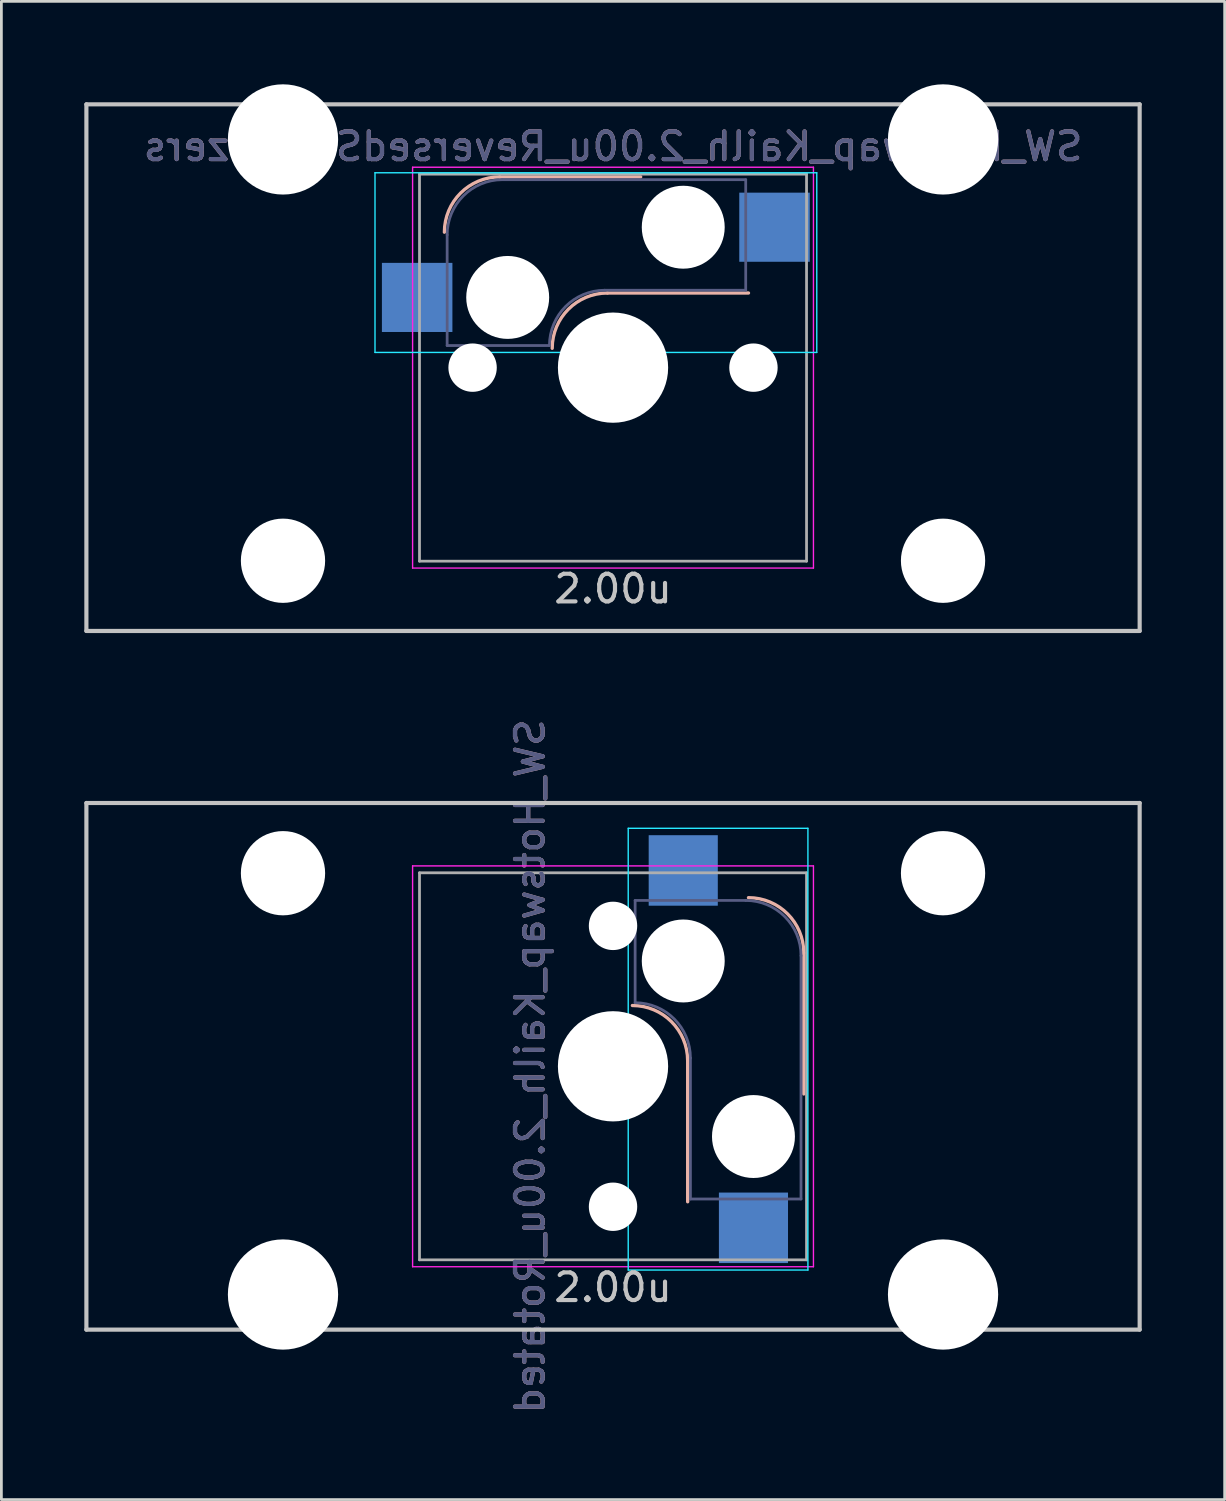
<source format=kicad_pcb>
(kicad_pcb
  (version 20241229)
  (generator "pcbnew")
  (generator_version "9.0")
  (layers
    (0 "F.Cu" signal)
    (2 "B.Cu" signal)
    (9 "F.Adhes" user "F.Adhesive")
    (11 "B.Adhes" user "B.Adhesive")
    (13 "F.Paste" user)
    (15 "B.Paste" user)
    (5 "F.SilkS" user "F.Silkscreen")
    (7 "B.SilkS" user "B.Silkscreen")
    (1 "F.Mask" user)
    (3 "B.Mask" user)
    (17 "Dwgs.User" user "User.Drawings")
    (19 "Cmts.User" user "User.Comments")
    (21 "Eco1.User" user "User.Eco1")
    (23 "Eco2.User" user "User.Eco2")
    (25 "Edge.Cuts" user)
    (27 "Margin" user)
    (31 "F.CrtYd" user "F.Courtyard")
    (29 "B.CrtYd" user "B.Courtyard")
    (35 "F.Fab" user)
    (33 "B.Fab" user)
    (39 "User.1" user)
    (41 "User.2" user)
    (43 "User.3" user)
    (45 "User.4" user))
  (footprint "SW_Hotswap_Kailh_2.00u_ReversedStabilizers"
    (layer "F.Cu")
    (at 19.125 10.249)
    (property "Reference" "SW_Hotswap_Kailh_2.00u_ReversedStabilizers" (at 0 -8 0) (layer "B.SilkS") (effects (font (size 1 1) (thickness 0.15)) (justify mirror)))
    (attr smd)
    (fp_line (start 1 -6.9) (end -4.1 -6.9) (stroke (width 0.12) (type solid)) (layer "B.SilkS"))
    (fp_line (start 4.9 -2.7) (end -0.2 -2.7) (stroke (width 0.12) (type solid)) (layer "B.SilkS"))
    (fp_arc (start -6.1 -4.9) (mid -5.514214 -6.314214) (end -4.1 -6.9) (stroke (width 0.12) (type solid)) (layer "B.SilkS"))
    (fp_arc (start -2.2 -0.7) (mid -1.614214 -2.114214) (end -0.2 -2.7) (stroke (width 0.12) (type solid)) (layer "B.SilkS"))
    (fp_line (start -19.05 -9.525) (end 19.05 -9.525) (stroke (width 0.15) (type solid)) (layer "Dwgs.User"))
    (fp_line (start -19.05 9.525) (end -19.05 -9.525) (stroke (width 0.15) (type solid)) (layer "Dwgs.User"))
    (fp_line (start 19.05 -9.525) (end 19.05 9.525) (stroke (width 0.15) (type solid)) (layer "Dwgs.User"))
    (fp_line (start 19.05 9.525) (end -19.05 9.525) (stroke (width 0.15) (type solid)) (layer "Dwgs.User"))
    (fp_line (start -8.61 -7.05) (end 7.37 -7.05) (stroke (width 0.05) (type solid)) (layer "B.CrtYd"))
    (fp_line (start -8.61 -0.55) (end -8.61 -7.05) (stroke (width 0.05) (type solid)) (layer "B.CrtYd"))
    (fp_line (start -8.61 -0.55) (end 7.37 -0.55) (stroke (width 0.05) (type solid)) (layer "B.CrtYd"))
    (fp_line (start 7.37 -7.05) (end 7.37 -0.55) (stroke (width 0.05) (type solid)) (layer "B.CrtYd"))
    (fp_line (start -7.25 -7.25) (end 7.25 -7.25) (stroke (width 0.05) (type solid)) (layer "F.CrtYd"))
    (fp_line (start -7.25 7.25) (end -7.25 -7.25) (stroke (width 0.05) (type solid)) (layer "F.CrtYd"))
    (fp_line (start 7.25 -7.25) (end 7.25 7.25) (stroke (width 0.05) (type solid)) (layer "F.CrtYd"))
    (fp_line (start 7.25 7.25) (end -7.25 7.25) (stroke (width 0.05) (type solid)) (layer "F.CrtYd"))
    (fp_line (start -6 -0.8) (end -6 -4.8) (stroke (width 0.1) (type solid)) (layer "B.Fab"))
    (fp_line (start -6 -0.8) (end -2.3 -0.8) (stroke (width 0.1) (type solid)) (layer "B.Fab"))
    (fp_line (start -4 -6.8) (end 4.8 -6.8) (stroke (width 0.1) (type solid)) (layer "B.Fab"))
    (fp_line (start -0.3 -2.8) (end 4.8 -2.8) (stroke (width 0.1) (type solid)) (layer "B.Fab"))
    (fp_line (start 4.8 -6.8) (end 4.8 -2.8) (stroke (width 0.1) (type solid)) (layer "B.Fab"))
    (fp_arc (start -6 -4.8) (mid -5.414214 -6.214214) (end -4 -6.8) (stroke (width 0.1) (type solid)) (layer "B.Fab"))
    (fp_arc (start -2.3 -0.8) (mid -1.714214 -2.214214) (end -0.3 -2.8) (stroke (width 0.1) (type solid)) (layer "B.Fab"))
    (fp_line (start -7 -7) (end 7 -7) (stroke (width 0.1) (type solid)) (layer "F.Fab"))
    (fp_line (start -7 7) (end -7 -7) (stroke (width 0.1) (type solid)) (layer "F.Fab"))
    (fp_line (start 7 -7) (end 7 7) (stroke (width 0.1) (type solid)) (layer "F.Fab"))
    (fp_line (start 7 7) (end -7 7) (stroke (width 0.1) (type solid)) (layer "F.Fab"))
    (fp_text user "2.00u" (at 0 8 0) (layer "Dwgs.User") (effects (font (size 1 1) (thickness 0.15))))
    (fp_text user "${REFERENCE}" (at 0 -8 0) (layer "B.Fab") (effects (font (size 1 1) (thickness 0.15)) (justify mirror)))
    (pad "" np_thru_hole circle (at -11.938 -8.255) (size 3.988 3.988) (drill 3.988) (layers "*.Cu" "*.Mask"))
    (pad "" np_thru_hole circle (at -11.938 6.985) (size 3.048 3.048) (drill 3.048) (layers "*.Cu" "*.Mask"))
    (pad "" np_thru_hole circle (at -5.08 0 48.1) (size 1.75 1.75) (drill 1.75) (layers "*.Cu" "*.Mask"))
    (pad "" np_thru_hole circle (at -3.81 -2.54) (size 3 3) (drill 3) (layers "*.Cu" "*.Mask"))
    (pad "" np_thru_hole circle (at 0 0) (size 3.988 3.988) (drill 3.988) (layers "*.Cu" "*.Mask"))
    (pad "" np_thru_hole circle (at 2.54 -5.08) (size 3 3) (drill 3) (layers "*.Cu" "*.Mask"))
    (pad "" np_thru_hole circle (at 5.08 0 48.1) (size 1.75 1.75) (drill 1.75) (layers "*.Cu" "*.Mask"))
    (pad "" np_thru_hole circle (at 11.938 -8.255) (size 3.988 3.988) (drill 3.988) (layers "*.Cu" "*.Mask"))
    (pad "" np_thru_hole circle (at 11.938 6.985) (size 3.048 3.048) (drill 3.048) (layers "*.Cu" "*.Mask"))
    (pad "1" smd rect (at -7.085 -2.54) (size 2.55 2.5) (layers "B.Cu" "B.Mask" "B.Paste"))
    (pad "2" smd rect (at 5.842 -5.08) (size 2.55 2.5) (layers "B.Cu" "B.Mask" "B.Paste")))
  (footprint "SW_Hotswap_Kailh_2.00u_Rotated"
    (layer "F.Cu")
    (at 19.125 35.522)
    (property "Reference" "SW_Hotswap_Kailh_2.00u_Rotated" (at -3 0 90) (layer "B.SilkS") (effects (font (size 1 1) (thickness 0.15)) (justify mirror)))
    (attr smd)
    (fp_line (start 2.7 4.9) (end 2.7 -0.2) (stroke (width 0.12) (type solid)) (layer "B.SilkS"))
    (fp_line (start 6.9 1) (end 6.9 -4.1) (stroke (width 0.12) (type solid)) (layer "B.SilkS"))
    (fp_arc (start 0.7 -2.2) (mid 2.114214 -1.614214) (end 2.7 -0.2) (stroke (width 0.12) (type solid)) (layer "B.SilkS"))
    (fp_arc (start 4.9 -6.1) (mid 6.314214 -5.514214) (end 6.9 -4.1) (stroke (width 0.12) (type solid)) (layer "B.SilkS"))
    (fp_line (start -19.05 -9.525) (end 19.05 -9.525) (stroke (width 0.15) (type solid)) (layer "Dwgs.User"))
    (fp_line (start -19.05 9.525) (end -19.05 -9.525) (stroke (width 0.15) (type solid)) (layer "Dwgs.User"))
    (fp_line (start 19.05 -9.525) (end 19.05 9.525) (stroke (width 0.15) (type solid)) (layer "Dwgs.User"))
    (fp_line (start 19.05 9.525) (end -19.05 9.525) (stroke (width 0.15) (type solid)) (layer "Dwgs.User"))
    (fp_line (start 0.55 -8.61) (end 0.55 7.37) (stroke (width 0.05) (type solid)) (layer "B.CrtYd"))
    (fp_line (start 0.55 -8.61) (end 7.05 -8.61) (stroke (width 0.05) (type solid)) (layer "B.CrtYd"))
    (fp_line (start 7.05 -8.61) (end 7.05 7.37) (stroke (width 0.05) (type solid)) (layer "B.CrtYd"))
    (fp_line (start 7.05 7.37) (end 0.55 7.37) (stroke (width 0.05) (type solid)) (layer "B.CrtYd"))
    (fp_line (start -7.25 -7.25) (end 7.25 -7.25) (stroke (width 0.05) (type solid)) (layer "F.CrtYd"))
    (fp_line (start -7.25 7.25) (end -7.25 -7.25) (stroke (width 0.05) (type solid)) (layer "F.CrtYd"))
    (fp_line (start 7.25 -7.25) (end 7.25 7.25) (stroke (width 0.05) (type solid)) (layer "F.CrtYd"))
    (fp_line (start 7.25 7.25) (end -7.25 7.25) (stroke (width 0.05) (type solid)) (layer "F.CrtYd"))
    (fp_line (start 0.8 -6) (end 0.8 -2.3) (stroke (width 0.1) (type solid)) (layer "B.Fab"))
    (fp_line (start 0.8 -6) (end 4.8 -6) (stroke (width 0.1) (type solid)) (layer "B.Fab"))
    (fp_line (start 2.8 -0.3) (end 2.8 4.8) (stroke (width 0.1) (type solid)) (layer "B.Fab"))
    (fp_line (start 6.8 -4) (end 6.8 4.8) (stroke (width 0.1) (type solid)) (layer "B.Fab"))
    (fp_line (start 6.8 4.8) (end 2.8 4.8) (stroke (width 0.1) (type solid)) (layer "B.Fab"))
    (fp_arc (start 0.8 -2.3) (mid 2.214214 -1.714214) (end 2.8 -0.3) (stroke (width 0.1) (type solid)) (layer "B.Fab"))
    (fp_arc (start 4.8 -6) (mid 6.214214 -5.414214) (end 6.8 -4) (stroke (width 0.1) (type solid)) (layer "B.Fab"))
    (fp_line (start -7 -7) (end 7 -7) (stroke (width 0.1) (type solid)) (layer "F.Fab"))
    (fp_line (start -7 7) (end -7 -7) (stroke (width 0.1) (type solid)) (layer "F.Fab"))
    (fp_line (start 7 -7) (end 7 7) (stroke (width 0.1) (type solid)) (layer "F.Fab"))
    (fp_line (start 7 7) (end -7 7) (stroke (width 0.1) (type solid)) (layer "F.Fab"))
    (fp_text user "2.00u" (at 0 8 0) (layer "Dwgs.User") (effects (font (size 1 1) (thickness 0.15))))
    (fp_text user "${REFERENCE}" (at -3 0 90) (layer "B.Fab") (effects (font (size 1 1) (thickness 0.15)) (justify mirror)))
    (pad "" np_thru_hole circle (at -11.938 -6.985) (size 3.048 3.048) (drill 3.048) (layers "*.Cu" "*.Mask"))
    (pad "" np_thru_hole circle (at -11.938 8.255) (size 3.988 3.988) (drill 3.988) (layers "*.Cu" "*.Mask"))
    (pad "" np_thru_hole circle (at 0 -5.08 318.1) (size 1.75 1.75) (drill 1.75) (layers "*.Cu" "*.Mask"))
    (pad "" np_thru_hole circle (at 0 0 270) (size 3.988 3.988) (drill 3.988) (layers "*.Cu" "*.Mask"))
    (pad "" np_thru_hole circle (at 0 5.08 318.1) (size 1.75 1.75) (drill 1.75) (layers "*.Cu" "*.Mask"))
    (pad "" np_thru_hole circle (at 2.54 -3.81 270) (size 3 3) (drill 3) (layers "*.Cu" "*.Mask"))
    (pad "" np_thru_hole circle (at 5.08 2.54 270) (size 3 3) (drill 3) (layers "*.Cu" "*.Mask"))
    (pad "" np_thru_hole circle (at 11.938 -6.985) (size 3.048 3.048) (drill 3.048) (layers "*.Cu" "*.Mask"))
    (pad "" np_thru_hole circle (at 11.938 8.255) (size 3.988 3.988) (drill 3.988) (layers "*.Cu" "*.Mask"))
    (pad "1" smd rect (at 2.54 -7.085 270) (size 2.55 2.5) (layers "B.Cu" "B.Mask" "B.Paste"))
    (pad "2" smd rect (at 5.08 5.842 270) (size 2.55 2.5) (layers "B.Cu" "B.Mask" "B.Paste")))
  (gr_rect
    (start -3 -3)
    (end 41.25 51.194)
    (stroke (width 0.1) (type default))
    (fill no)
    (layer "Edge.Cuts")))
</source>
